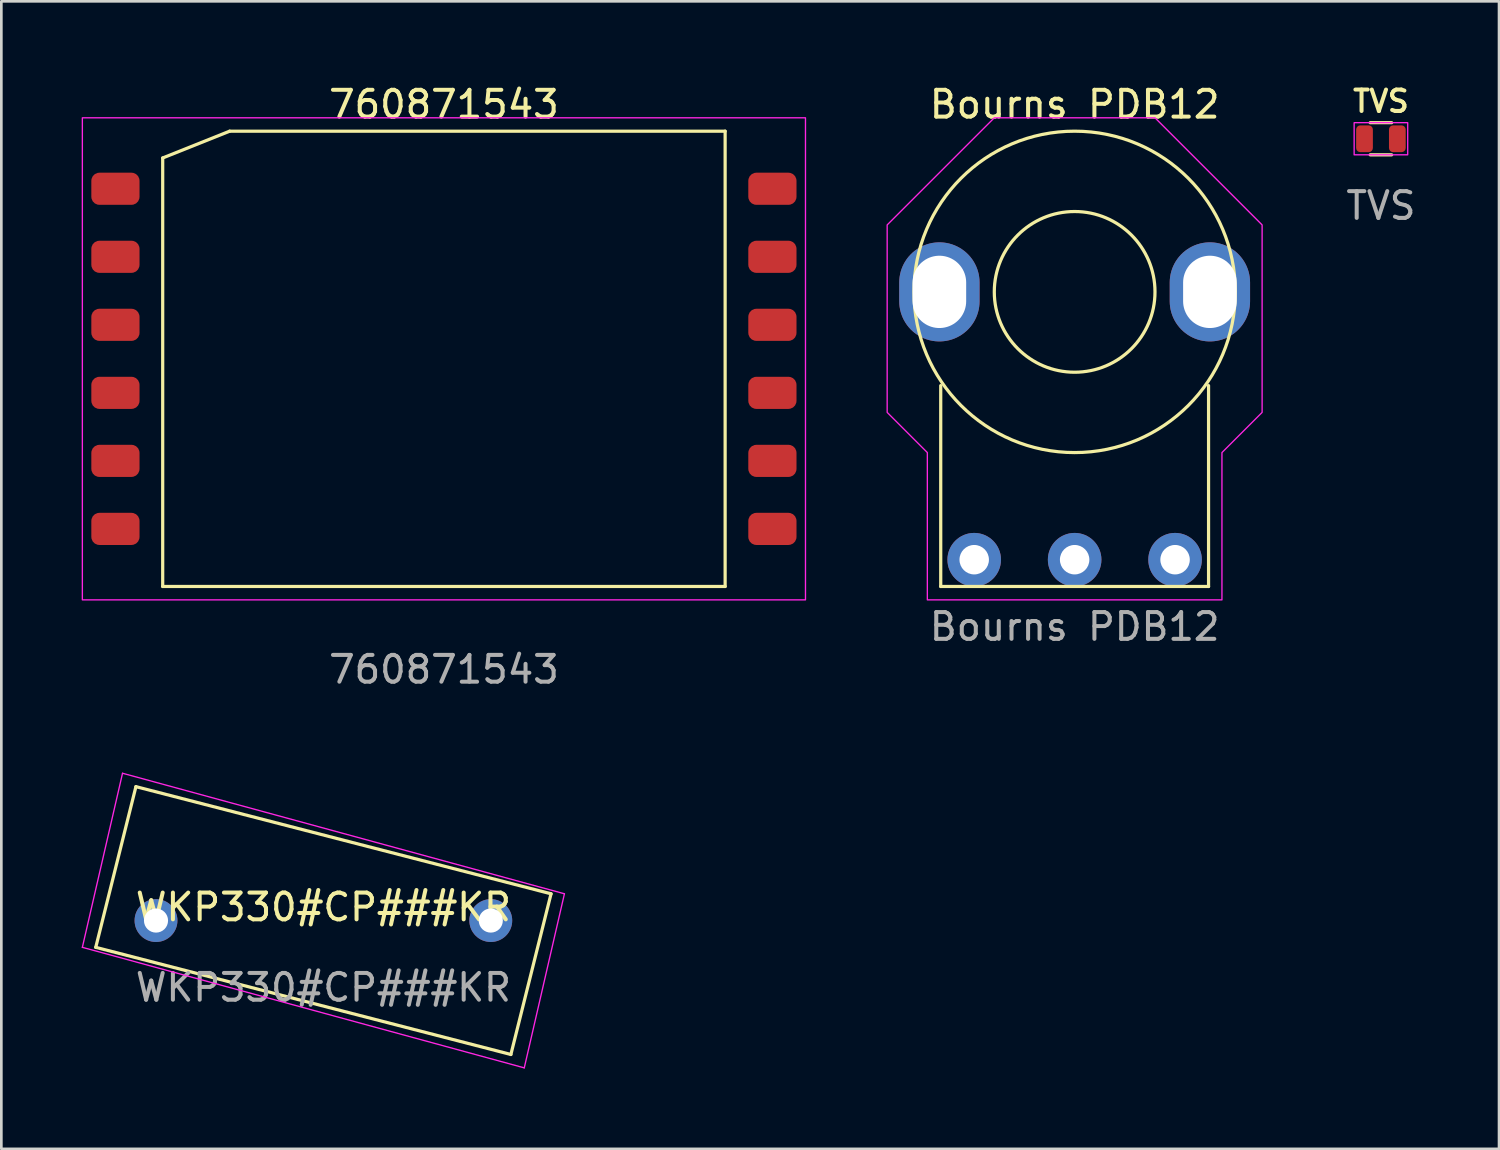
<source format=kicad_pcb>
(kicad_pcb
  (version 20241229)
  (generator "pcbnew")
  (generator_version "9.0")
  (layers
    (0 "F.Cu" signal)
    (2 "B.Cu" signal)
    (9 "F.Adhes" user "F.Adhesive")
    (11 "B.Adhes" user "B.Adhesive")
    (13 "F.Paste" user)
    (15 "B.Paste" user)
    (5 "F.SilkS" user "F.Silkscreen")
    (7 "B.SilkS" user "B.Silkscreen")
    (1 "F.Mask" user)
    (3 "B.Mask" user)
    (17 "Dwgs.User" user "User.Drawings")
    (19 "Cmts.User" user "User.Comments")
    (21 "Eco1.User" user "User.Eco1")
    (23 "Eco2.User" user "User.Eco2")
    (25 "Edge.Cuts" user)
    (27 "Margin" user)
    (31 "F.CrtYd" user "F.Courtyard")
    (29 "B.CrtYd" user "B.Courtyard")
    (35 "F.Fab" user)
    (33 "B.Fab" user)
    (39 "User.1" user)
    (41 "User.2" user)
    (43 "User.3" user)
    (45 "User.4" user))
  (footprint "760871543"
    (layer "F.Cu")
    (at 13.525 10.348)
    (property "Reference" "760871543" (at 0 -9.5 0) (unlocked yes) (layer "F.SilkS") (effects (font (size 1 1) (thickness 0.15))))
    (attr smd)
    (fp_line (start -10.5 -7.5) (end -8 -8.5) (stroke (width 0.12) (type default)) (layer "F.SilkS"))
    (fp_line (start -10.5 8.5) (end -10.5 -7.5) (stroke (width 0.12) (type default)) (layer "F.SilkS"))
    (fp_line (start -8 -8.5) (end 10.5 -8.5) (stroke (width 0.12) (type default)) (layer "F.SilkS"))
    (fp_line (start 10.5 -8.5) (end 10.5 8.5) (stroke (width 0.12) (type default)) (layer "F.SilkS"))
    (fp_line (start 10.5 8.5) (end -10.5 8.5) (stroke (width 0.12) (type default)) (layer "F.SilkS"))
    (fp_rect (start -13.5 -9) (end 13.5 9) (stroke (width 0.05) (type default)) (fill no) (layer "F.CrtYd"))
    (fp_text user "${REFERENCE}" (at 0 11.6 0) (unlocked yes) (layer "F.Fab") (effects (font (size 1 1) (thickness 0.15))))
    (pad "1" smd roundrect (at -12.265 -6.35 180) (size 1.8 1.2) (layers "F.Cu" "F.Mask" "F.Paste") (roundrect_rratio 0.25))
    (pad "2" smd roundrect (at -12.265 -3.81 180) (size 1.8 1.2) (layers "F.Cu" "F.Mask" "F.Paste") (roundrect_rratio 0.25))
    (pad "3" smd roundrect (at -12.265 -1.27 180) (size 1.8 1.2) (layers "F.Cu" "F.Mask" "F.Paste") (roundrect_rratio 0.25))
    (pad "4" smd roundrect (at -12.265 1.27 180) (size 1.8 1.2) (layers "F.Cu" "F.Mask" "F.Paste") (roundrect_rratio 0.25))
    (pad "5" smd roundrect (at -12.265 3.81 180) (size 1.8 1.2) (layers "F.Cu" "F.Mask" "F.Paste") (roundrect_rratio 0.25))
    (pad "6" smd roundrect (at -12.265 6.35 180) (size 1.8 1.2) (layers "F.Cu" "F.Mask" "F.Paste") (roundrect_rratio 0.25))
    (pad "7" smd roundrect (at 12.265 6.35 180) (size 1.8 1.2) (layers "F.Cu" "F.Mask" "F.Paste") (roundrect_rratio 0.25))
    (pad "8" smd roundrect (at 12.265 3.81 180) (size 1.8 1.2) (layers "F.Cu" "F.Mask" "F.Paste") (roundrect_rratio 0.25))
    (pad "9" smd roundrect (at 12.265 1.27 180) (size 1.8 1.2) (layers "F.Cu" "F.Mask" "F.Paste") (roundrect_rratio 0.25))
    (pad "10" smd roundrect (at 12.265 -1.27 180) (size 1.8 1.2) (layers "F.Cu" "F.Mask" "F.Paste") (roundrect_rratio 0.25))
    (pad "11" smd roundrect (at 12.265 -3.81 180) (size 1.8 1.2) (layers "F.Cu" "F.Mask" "F.Paste") (roundrect_rratio 0.25))
    (pad "12" smd roundrect (at 12.265 -6.35 180) (size 1.8 1.2) (layers "F.Cu" "F.Mask" "F.Paste") (roundrect_rratio 0.25))
    (zone (net_name "") (layers "F.Cu" "B.Cu") (hatch edge 0.5) (connect_pads) (min_thickness 0.25) (filled_areas_thickness no) (keepout (tracks allowed) (vias allowed) (pads allowed) (copperpour not_allowed) (footprints allowed)) (placement (enabled no)) (fill) (polygon (pts (xy 3.025 2.848) (xy 5.525 1.848) (xy 24.025 1.848) (xy 24.025 18.848) (xy 3.025 18.848)))))
  (footprint "Bourns PDB12"
    (layer "F.Cu")
    (at 37.075 17.848)
    (property "Reference" "Bourns PDB12" (at 0 -17 0) (unlocked yes) (layer "F.SilkS") (effects (font (size 1 1) (thickness 0.15))))
    (attr through_hole)
    (fp_line (start -5 1) (end -5 -6.5) (stroke (width 0.12) (type default)) (layer "F.SilkS"))
    (fp_line (start -5 1) (end 5 1) (stroke (width 0.12) (type default)) (layer "F.SilkS"))
    (fp_line (start 5 1) (end 5 -6.5) (stroke (width 0.12) (type default)) (layer "F.SilkS"))
    (fp_circle (center 0 -10) (end 0 -16) (stroke (width 0.12) (type default)) (fill no) (layer "F.SilkS"))
    (fp_circle (center 0 -10) (end 0 -13) (stroke (width 0.12) (type default)) (fill no) (layer "F.SilkS"))
    (fp_poly (pts (xy -5.5 1.5) (xy -5.5 -4) (xy -7 -5.5) (xy -7 -12.5) (xy -3 -16.5) (xy 3 -16.5) (xy 7 -12.5) (xy 7 -5.5) (xy 5.5 -4) (xy 5.5 1.5)) (stroke (width 0.05) (type solid)) (fill no) (layer "F.CrtYd"))
    (fp_text user "${REFERENCE}" (at 0 2.5 0) (unlocked yes) (layer "F.Fab") (effects (font (size 1 1) (thickness 0.15))))
    (pad "1" thru_hole circle (at -3.75 0) (size 2 2) (drill 1.1) (layers "*.Cu" "*.Mask"))
    (pad "2" thru_hole circle (at 0 0) (size 2 2) (drill 1.1) (layers "*.Cu" "*.Mask"))
    (pad "3" thru_hole circle (at 3.75 0) (size 2 2) (drill 1.1) (layers "*.Cu" "*.Mask"))
    (pad "MP" thru_hole oval (at -5.05 -10) (size 3 3.7) (drill oval 2 2.7) (layers "*.Cu" "*.Mask"))
    (pad "MP" thru_hole oval (at 5.05 -10) (size 3 3.7) (drill oval 2 2.7) (layers "*.Cu" "*.Mask")))
  (footprint "WKP330#CP###KR"
    (layer "F.Cu")
    (at 9.025 31.322)
    (property "Reference" "WKP330#CP###KR" (at 0 -0.5 0) (unlocked yes) (layer "F.SilkS") (effects (font (size 1 1) (thickness 0.15))))
    (fp_line (start -8.5 1) (end 7 5) (stroke (width 0.12) (type default)) (layer "F.SilkS"))
    (fp_line (start -7 -5) (end -8.5 1) (stroke (width 0.12) (type default)) (layer "F.SilkS"))
    (fp_line (start 7 5) (end 8.5 -1) (stroke (width 0.12) (type default)) (layer "F.SilkS"))
    (fp_line (start 8.5 -1) (end -7 -5) (stroke (width 0.12) (type default)) (layer "F.SilkS"))
    (fp_line (start -9 1) (end -7.5 -5.5) (stroke (width 0.05) (type default)) (layer "F.CrtYd"))
    (fp_line (start -7.5 -5.5) (end 9 -1) (stroke (width 0.05) (type default)) (layer "F.CrtYd"))
    (fp_line (start 7.5 5.5) (end -9 1) (stroke (width 0.05) (type default)) (layer "F.CrtYd"))
    (fp_line (start 9 -1) (end 7.5 5.5) (stroke (width 0.05) (type default)) (layer "F.CrtYd"))
    (fp_text user "${REFERENCE}" (at 0 2.5 0) (unlocked yes) (layer "F.Fab") (effects (font (size 1 1) (thickness 0.15))))
    (pad "1" thru_hole circle (at -6.25 0 90) (size 1.6 1.6) (drill 0.9) (layers "*.Cu" "*.Mask"))
    (pad "2" thru_hole circle (at 6.25 0 90) (size 1.6 1.6) (drill 0.9) (layers "*.Cu" "*.Mask")))
  (footprint "TVS"
    (layer "F.Cu")
    (at 48.511 2.131)
    (property "Reference" "TVS" (at 0 -1.4 0) (unlocked yes) (layer "F.SilkS") (effects (font (size 0.8 0.8) (thickness 0.15))))
    (attr smd)
    (fp_line (start -0.4 -0.6) (end 0.4 -0.6) (stroke (width 0.12) (type default)) (layer "F.SilkS"))
    (fp_line (start 0.4 0.6) (end -0.4 0.6) (stroke (width 0.12) (type default)) (layer "F.SilkS"))
    (fp_rect (start -1 -0.6) (end 1 0.6) (stroke (width 0.05) (type default)) (fill no) (layer "F.CrtYd"))
    (fp_text user "${REFERENCE}" (at 0 2.5 0) (unlocked yes) (layer "F.Fab") (effects (font (size 1 1) (thickness 0.15))))
    (pad "1" smd roundrect (at -0.613 0 90) (size 1 0.625) (layers "F.Cu" "F.Mask" "F.Paste") (roundrect_rratio 0.25))
    (pad "2" smd roundrect (at 0.613 0 90) (size 1 0.625) (layers "F.Cu" "F.Mask" "F.Paste") (roundrect_rratio 0.25)))
  (gr_rect
    (start -3 -3)
    (end 52.921 39.846)
    (stroke (width 0.1) (type default))
    (fill no)
    (layer "Edge.Cuts")))
</source>
